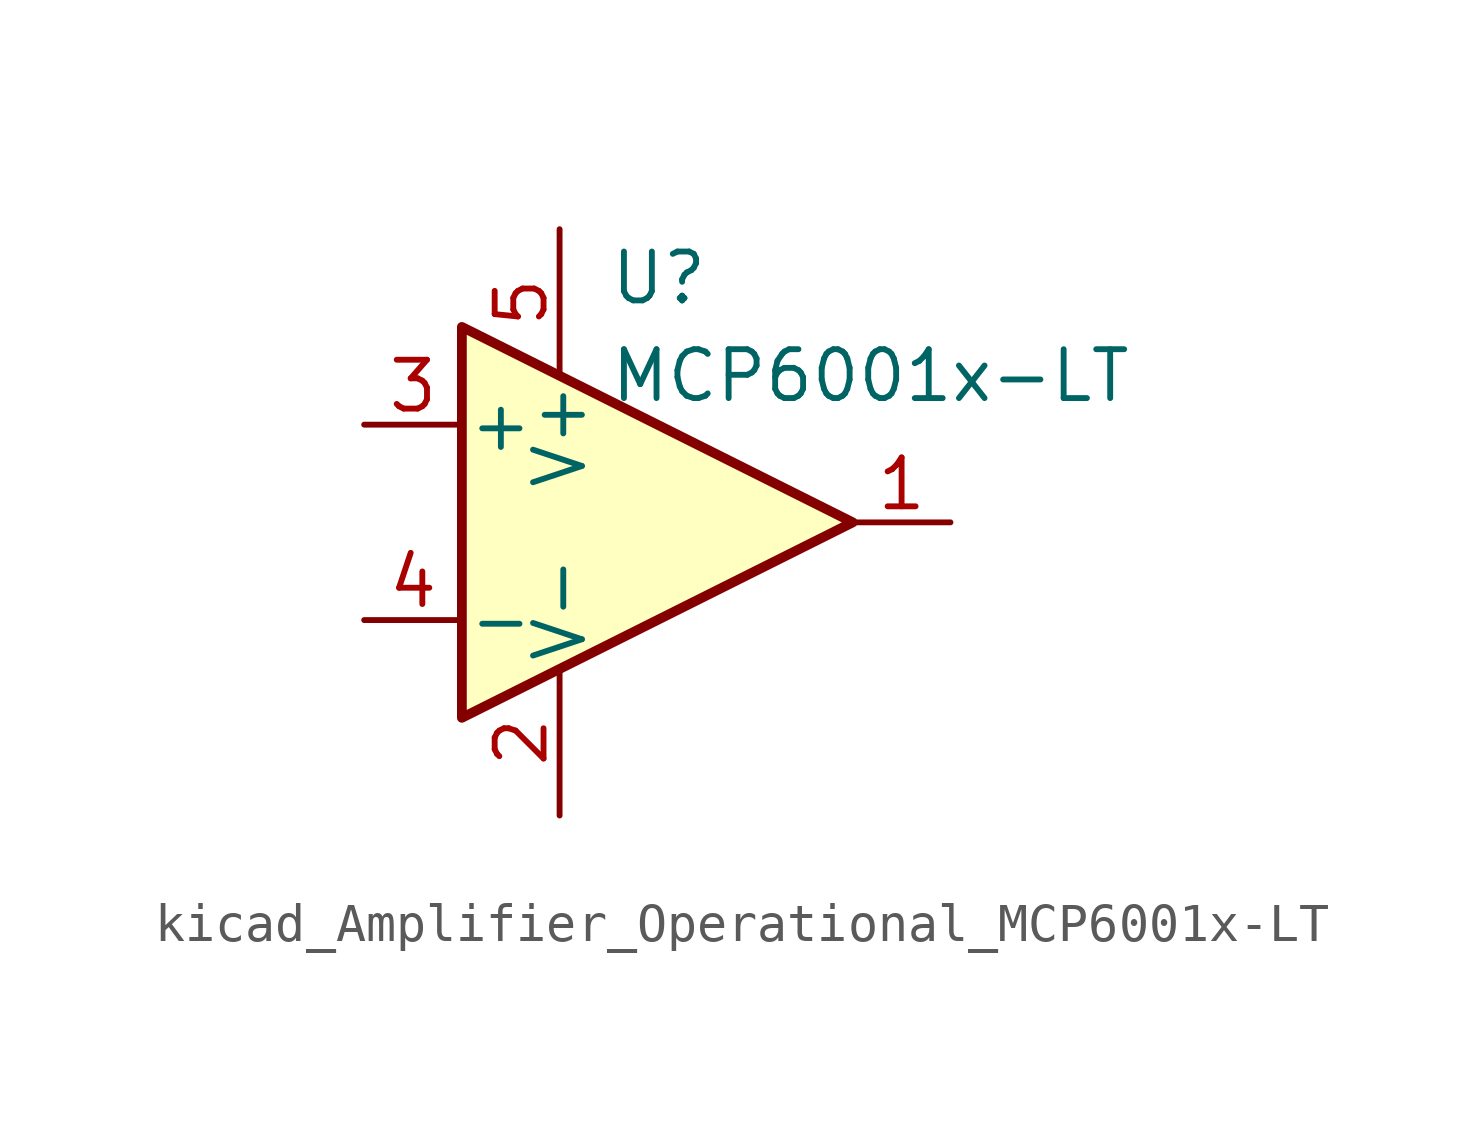
<source format=kicad_sym>
(kicad_symbol_lib
  (version 20220914)
  (generator kicad_symbol_editor)
  (symbol "kicad_Amplifier_Operational_MCP6001x-LT"
    (pin_names
      (offset 0.127))
    (property "Reference" "U"
      (at -1.27 6.35 0)
      (effects (font (size 1.27 1.27)) (justify left)))
    (property "Value" "MCP6001x-LT"
      (at -1.27 3.81 0)
      (effects (font (size 1.27 1.27)) (justify left)))
    (symbol "kicad_Amplifier_Operational_MCP6001x-LT_0_1"
      (polyline (pts (xy -5.08 5.08) (xy 5.08 0) (xy -5.08 -5.08) (xy -5.08 5.08)) (stroke (width 0.254) (type default)) (fill (type background)))
      (pin power_in line (at -2.54 -7.62 90) (length 3.81) (name "V-" (effects (font (size 1.27 1.27)))) (number "2" (effects (font (size 1.27 1.27)))))
      (pin power_in line (at -2.54 7.62 270) (length 3.81) (name "V+" (effects (font (size 1.27 1.27)))) (number "5" (effects (font (size 1.27 1.27))))))
    (symbol "kicad_Amplifier_Operational_MCP6001x-LT_1_1"
      (pin output line (at 7.62 0 180) (length 2.54) (name "~" (effects (font (size 1.27 1.27)))) (number "1" (effects (font (size 1.27 1.27)))))
      (pin input line (at -7.62 2.54 0) (length 2.54) (name "+" (effects (font (size 1.27 1.27)))) (number "3" (effects (font (size 1.27 1.27)))))
      (pin input line (at -7.62 -2.54 0) (length 2.54) (name "-" (effects (font (size 1.27 1.27)))) (number "4" (effects (font (size 1.27 1.27))))))))
</source>
